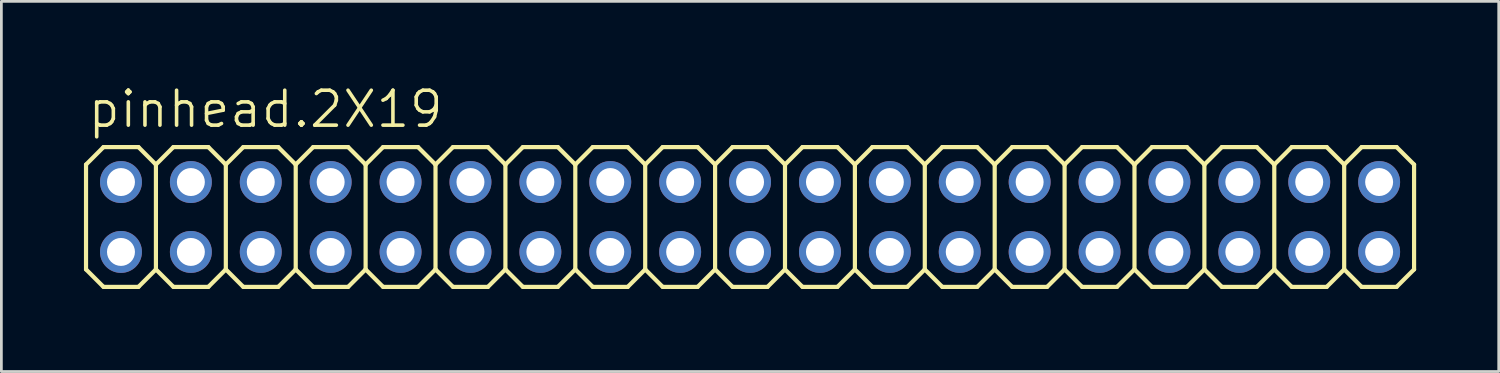
<source format=kicad_pcb>
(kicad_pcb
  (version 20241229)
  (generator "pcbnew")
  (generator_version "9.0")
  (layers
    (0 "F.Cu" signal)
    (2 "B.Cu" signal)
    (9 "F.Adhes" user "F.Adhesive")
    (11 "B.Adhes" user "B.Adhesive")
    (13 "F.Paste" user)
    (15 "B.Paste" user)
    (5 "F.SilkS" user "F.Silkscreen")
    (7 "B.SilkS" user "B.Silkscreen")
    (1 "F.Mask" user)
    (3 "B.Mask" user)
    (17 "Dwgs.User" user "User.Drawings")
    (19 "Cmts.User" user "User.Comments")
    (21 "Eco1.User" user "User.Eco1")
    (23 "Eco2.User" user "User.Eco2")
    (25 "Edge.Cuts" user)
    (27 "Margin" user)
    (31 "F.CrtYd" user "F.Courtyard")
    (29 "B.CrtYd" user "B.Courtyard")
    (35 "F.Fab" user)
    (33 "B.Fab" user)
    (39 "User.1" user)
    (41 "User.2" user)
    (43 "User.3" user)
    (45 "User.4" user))
  (footprint "pinhead.2X19"
    (layer "F.Cu")
    (at 24.206 4.835)
    (property "Reference" "pinhead.2X19" (at -24.13 -3.175 0) (layer "F.SilkS") (effects (font (size 1.27 1.27) (thickness 0.13)) (justify left bottom)))
    (attr through_hole)
    (fp_line (start -24.13 -1.905) (end -23.495 -2.54) (stroke (width 0.152) (type default)) (layer "F.SilkS"))
    (fp_line (start -24.13 1.905) (end -24.13 -1.905) (stroke (width 0.152) (type default)) (layer "F.SilkS"))
    (fp_line (start -24.13 1.905) (end -23.495 2.54) (stroke (width 0.152) (type default)) (layer "F.SilkS"))
    (fp_line (start -23.495 -2.54) (end -22.225 -2.54) (stroke (width 0.152) (type default)) (layer "F.SilkS"))
    (fp_line (start -23.495 2.54) (end -22.225 2.54) (stroke (width 0.152) (type default)) (layer "F.SilkS"))
    (fp_line (start -22.225 -2.54) (end -21.59 -1.905) (stroke (width 0.152) (type default)) (layer "F.SilkS"))
    (fp_line (start -22.225 2.54) (end -21.59 1.905) (stroke (width 0.152) (type default)) (layer "F.SilkS"))
    (fp_line (start -21.59 -1.905) (end -21.59 1.905) (stroke (width 0.152) (type default)) (layer "F.SilkS"))
    (fp_line (start -21.59 -1.905) (end -20.955 -2.54) (stroke (width 0.152) (type default)) (layer "F.SilkS"))
    (fp_line (start -21.59 1.905) (end -20.955 2.54) (stroke (width 0.152) (type default)) (layer "F.SilkS"))
    (fp_line (start -20.955 -2.54) (end -19.685 -2.54) (stroke (width 0.152) (type default)) (layer "F.SilkS"))
    (fp_line (start -20.955 2.54) (end -19.685 2.54) (stroke (width 0.152) (type default)) (layer "F.SilkS"))
    (fp_line (start -19.685 -2.54) (end -19.05 -1.905) (stroke (width 0.152) (type default)) (layer "F.SilkS"))
    (fp_line (start -19.685 2.54) (end -19.05 1.905) (stroke (width 0.152) (type default)) (layer "F.SilkS"))
    (fp_line (start -19.05 -1.905) (end -19.05 1.905) (stroke (width 0.152) (type default)) (layer "F.SilkS"))
    (fp_line (start -19.05 -1.905) (end -18.415 -2.54) (stroke (width 0.152) (type default)) (layer "F.SilkS"))
    (fp_line (start -19.05 1.905) (end -18.415 2.54) (stroke (width 0.152) (type default)) (layer "F.SilkS"))
    (fp_line (start -18.415 -2.54) (end -17.145 -2.54) (stroke (width 0.152) (type default)) (layer "F.SilkS"))
    (fp_line (start -18.415 2.54) (end -17.145 2.54) (stroke (width 0.152) (type default)) (layer "F.SilkS"))
    (fp_line (start -17.145 -2.54) (end -16.51 -1.905) (stroke (width 0.152) (type default)) (layer "F.SilkS"))
    (fp_line (start -17.145 2.54) (end -16.51 1.905) (stroke (width 0.152) (type default)) (layer "F.SilkS"))
    (fp_line (start -16.51 -1.905) (end -16.51 1.905) (stroke (width 0.152) (type default)) (layer "F.SilkS"))
    (fp_line (start -16.51 -1.905) (end -15.875 -2.54) (stroke (width 0.152) (type default)) (layer "F.SilkS"))
    (fp_line (start -16.51 1.905) (end -15.875 2.54) (stroke (width 0.152) (type default)) (layer "F.SilkS"))
    (fp_line (start -15.875 -2.54) (end -14.605 -2.54) (stroke (width 0.152) (type default)) (layer "F.SilkS"))
    (fp_line (start -15.875 2.54) (end -14.605 2.54) (stroke (width 0.152) (type default)) (layer "F.SilkS"))
    (fp_line (start -14.605 -2.54) (end -13.97 -1.905) (stroke (width 0.152) (type default)) (layer "F.SilkS"))
    (fp_line (start -14.605 2.54) (end -13.97 1.905) (stroke (width 0.152) (type default)) (layer "F.SilkS"))
    (fp_line (start -13.97 -1.905) (end -13.97 1.905) (stroke (width 0.152) (type default)) (layer "F.SilkS"))
    (fp_line (start -13.97 -1.905) (end -13.335 -2.54) (stroke (width 0.152) (type default)) (layer "F.SilkS"))
    (fp_line (start -13.97 1.905) (end -13.335 2.54) (stroke (width 0.152) (type default)) (layer "F.SilkS"))
    (fp_line (start -13.335 -2.54) (end -12.065 -2.54) (stroke (width 0.152) (type default)) (layer "F.SilkS"))
    (fp_line (start -13.335 2.54) (end -12.065 2.54) (stroke (width 0.152) (type default)) (layer "F.SilkS"))
    (fp_line (start -12.065 -2.54) (end -11.43 -1.905) (stroke (width 0.152) (type default)) (layer "F.SilkS"))
    (fp_line (start -12.065 2.54) (end -11.43 1.905) (stroke (width 0.152) (type default)) (layer "F.SilkS"))
    (fp_line (start -11.43 -1.905) (end -11.43 1.905) (stroke (width 0.152) (type default)) (layer "F.SilkS"))
    (fp_line (start -11.43 -1.905) (end -10.795 -2.54) (stroke (width 0.152) (type default)) (layer "F.SilkS"))
    (fp_line (start -11.43 1.905) (end -10.795 2.54) (stroke (width 0.152) (type default)) (layer "F.SilkS"))
    (fp_line (start -10.795 -2.54) (end -9.525 -2.54) (stroke (width 0.152) (type default)) (layer "F.SilkS"))
    (fp_line (start -10.795 2.54) (end -9.525 2.54) (stroke (width 0.152) (type default)) (layer "F.SilkS"))
    (fp_line (start -9.525 -2.54) (end -8.89 -1.905) (stroke (width 0.152) (type default)) (layer "F.SilkS"))
    (fp_line (start -9.525 2.54) (end -8.89 1.905) (stroke (width 0.152) (type default)) (layer "F.SilkS"))
    (fp_line (start -8.89 -1.905) (end -8.89 1.905) (stroke (width 0.152) (type default)) (layer "F.SilkS"))
    (fp_line (start -8.89 -1.905) (end -8.255 -2.54) (stroke (width 0.152) (type default)) (layer "F.SilkS"))
    (fp_line (start -8.89 1.905) (end -8.255 2.54) (stroke (width 0.152) (type default)) (layer "F.SilkS"))
    (fp_line (start -8.255 -2.54) (end -6.985 -2.54) (stroke (width 0.152) (type default)) (layer "F.SilkS"))
    (fp_line (start -6.985 -2.54) (end -6.35 -1.905) (stroke (width 0.152) (type default)) (layer "F.SilkS"))
    (fp_line (start -6.985 2.54) (end -8.255 2.54) (stroke (width 0.152) (type default)) (layer "F.SilkS"))
    (fp_line (start -6.35 -1.905) (end -6.35 1.905) (stroke (width 0.152) (type default)) (layer "F.SilkS"))
    (fp_line (start -6.35 -1.905) (end -5.715 -2.54) (stroke (width 0.152) (type default)) (layer "F.SilkS"))
    (fp_line (start -6.35 1.905) (end -6.985 2.54) (stroke (width 0.152) (type default)) (layer "F.SilkS"))
    (fp_line (start -6.35 1.905) (end -5.715 2.54) (stroke (width 0.152) (type default)) (layer "F.SilkS"))
    (fp_line (start -5.715 -2.54) (end -4.445 -2.54) (stroke (width 0.152) (type default)) (layer "F.SilkS"))
    (fp_line (start -4.445 -2.54) (end -3.81 -1.905) (stroke (width 0.152) (type default)) (layer "F.SilkS"))
    (fp_line (start -4.445 2.54) (end -5.715 2.54) (stroke (width 0.152) (type default)) (layer "F.SilkS"))
    (fp_line (start -3.81 -1.905) (end -3.81 1.905) (stroke (width 0.152) (type default)) (layer "F.SilkS"))
    (fp_line (start -3.81 -1.905) (end -3.175 -2.54) (stroke (width 0.152) (type default)) (layer "F.SilkS"))
    (fp_line (start -3.81 1.905) (end -4.445 2.54) (stroke (width 0.152) (type default)) (layer "F.SilkS"))
    (fp_line (start -3.81 1.905) (end -3.175 2.54) (stroke (width 0.152) (type default)) (layer "F.SilkS"))
    (fp_line (start -3.175 -2.54) (end -1.905 -2.54) (stroke (width 0.152) (type default)) (layer "F.SilkS"))
    (fp_line (start -1.905 -2.54) (end -1.27 -1.905) (stroke (width 0.152) (type default)) (layer "F.SilkS"))
    (fp_line (start -1.905 2.54) (end -3.175 2.54) (stroke (width 0.152) (type default)) (layer "F.SilkS"))
    (fp_line (start -1.27 -1.905) (end -1.27 1.905) (stroke (width 0.152) (type default)) (layer "F.SilkS"))
    (fp_line (start -1.27 -1.905) (end -0.635 -2.54) (stroke (width 0.152) (type default)) (layer "F.SilkS"))
    (fp_line (start -1.27 1.905) (end -1.905 2.54) (stroke (width 0.152) (type default)) (layer "F.SilkS"))
    (fp_line (start -1.27 1.905) (end -0.635 2.54) (stroke (width 0.152) (type default)) (layer "F.SilkS"))
    (fp_line (start -0.635 -2.54) (end 0.635 -2.54) (stroke (width 0.152) (type default)) (layer "F.SilkS"))
    (fp_line (start 0.635 -2.54) (end 1.27 -1.905) (stroke (width 0.152) (type default)) (layer "F.SilkS"))
    (fp_line (start 0.635 2.54) (end -0.635 2.54) (stroke (width 0.152) (type default)) (layer "F.SilkS"))
    (fp_line (start 1.27 -1.905) (end 1.27 1.905) (stroke (width 0.152) (type default)) (layer "F.SilkS"))
    (fp_line (start 1.27 -1.905) (end 1.905 -2.54) (stroke (width 0.152) (type default)) (layer "F.SilkS"))
    (fp_line (start 1.27 1.905) (end 0.635 2.54) (stroke (width 0.152) (type default)) (layer "F.SilkS"))
    (fp_line (start 1.27 1.905) (end 1.905 2.54) (stroke (width 0.152) (type default)) (layer "F.SilkS"))
    (fp_line (start 1.905 -2.54) (end 3.175 -2.54) (stroke (width 0.152) (type default)) (layer "F.SilkS"))
    (fp_line (start 3.175 -2.54) (end 3.81 -1.905) (stroke (width 0.152) (type default)) (layer "F.SilkS"))
    (fp_line (start 3.175 2.54) (end 1.905 2.54) (stroke (width 0.152) (type default)) (layer "F.SilkS"))
    (fp_line (start 3.81 -1.905) (end 3.81 1.905) (stroke (width 0.152) (type default)) (layer "F.SilkS"))
    (fp_line (start 3.81 -1.905) (end 4.445 -2.54) (stroke (width 0.152) (type default)) (layer "F.SilkS"))
    (fp_line (start 3.81 1.905) (end 3.175 2.54) (stroke (width 0.152) (type default)) (layer "F.SilkS"))
    (fp_line (start 3.81 1.905) (end 4.445 2.54) (stroke (width 0.152) (type default)) (layer "F.SilkS"))
    (fp_line (start 4.445 -2.54) (end 5.715 -2.54) (stroke (width 0.152) (type default)) (layer "F.SilkS"))
    (fp_line (start 5.715 2.54) (end 4.445 2.54) (stroke (width 0.152) (type default)) (layer "F.SilkS"))
    (fp_line (start 6.35 -1.905) (end 5.715 -2.54) (stroke (width 0.152) (type default)) (layer "F.SilkS"))
    (fp_line (start 6.35 -1.905) (end 6.35 1.905) (stroke (width 0.152) (type default)) (layer "F.SilkS"))
    (fp_line (start 6.35 -1.905) (end 6.985 -2.54) (stroke (width 0.152) (type default)) (layer "F.SilkS"))
    (fp_line (start 6.35 1.905) (end 5.715 2.54) (stroke (width 0.152) (type default)) (layer "F.SilkS"))
    (fp_line (start 6.35 1.905) (end 6.985 2.54) (stroke (width 0.152) (type default)) (layer "F.SilkS"))
    (fp_line (start 8.255 -2.54) (end 6.985 -2.54) (stroke (width 0.152) (type default)) (layer "F.SilkS"))
    (fp_line (start 8.255 -2.54) (end 8.89 -1.905) (stroke (width 0.152) (type default)) (layer "F.SilkS"))
    (fp_line (start 8.255 2.54) (end 6.985 2.54) (stroke (width 0.152) (type default)) (layer "F.SilkS"))
    (fp_line (start 8.89 -1.905) (end 8.89 1.905) (stroke (width 0.152) (type default)) (layer "F.SilkS"))
    (fp_line (start 8.89 -1.905) (end 9.525 -2.54) (stroke (width 0.152) (type default)) (layer "F.SilkS"))
    (fp_line (start 8.89 1.905) (end 8.255 2.54) (stroke (width 0.152) (type default)) (layer "F.SilkS"))
    (fp_line (start 8.89 1.905) (end 9.525 2.54) (stroke (width 0.152) (type default)) (layer "F.SilkS"))
    (fp_line (start 10.795 -2.54) (end 9.525 -2.54) (stroke (width 0.152) (type default)) (layer "F.SilkS"))
    (fp_line (start 10.795 -2.54) (end 11.43 -1.905) (stroke (width 0.152) (type default)) (layer "F.SilkS"))
    (fp_line (start 10.795 2.54) (end 9.525 2.54) (stroke (width 0.152) (type default)) (layer "F.SilkS"))
    (fp_line (start 11.43 -1.905) (end 11.43 1.905) (stroke (width 0.152) (type default)) (layer "F.SilkS"))
    (fp_line (start 11.43 -1.905) (end 12.065 -2.54) (stroke (width 0.152) (type default)) (layer "F.SilkS"))
    (fp_line (start 11.43 1.905) (end 10.795 2.54) (stroke (width 0.152) (type default)) (layer "F.SilkS"))
    (fp_line (start 12.065 2.54) (end 11.43 1.905) (stroke (width 0.152) (type default)) (layer "F.SilkS"))
    (fp_line (start 12.065 2.54) (end 13.335 2.54) (stroke (width 0.152) (type default)) (layer "F.SilkS"))
    (fp_line (start 13.335 -2.54) (end 12.065 -2.54) (stroke (width 0.152) (type default)) (layer "F.SilkS"))
    (fp_line (start 13.335 -2.54) (end 13.97 -1.905) (stroke (width 0.152) (type default)) (layer "F.SilkS"))
    (fp_line (start 13.97 -1.905) (end 13.97 1.905) (stroke (width 0.152) (type default)) (layer "F.SilkS"))
    (fp_line (start 13.97 -1.905) (end 14.605 -2.54) (stroke (width 0.152) (type default)) (layer "F.SilkS"))
    (fp_line (start 13.97 1.905) (end 13.335 2.54) (stroke (width 0.152) (type default)) (layer "F.SilkS"))
    (fp_line (start 14.605 2.54) (end 13.97 1.905) (stroke (width 0.152) (type default)) (layer "F.SilkS"))
    (fp_line (start 14.605 2.54) (end 15.875 2.54) (stroke (width 0.152) (type default)) (layer "F.SilkS"))
    (fp_line (start 15.875 -2.54) (end 14.605 -2.54) (stroke (width 0.152) (type default)) (layer "F.SilkS"))
    (fp_line (start 15.875 -2.54) (end 16.51 -1.905) (stroke (width 0.152) (type default)) (layer "F.SilkS"))
    (fp_line (start 16.51 -1.905) (end 16.51 1.905) (stroke (width 0.152) (type default)) (layer "F.SilkS"))
    (fp_line (start 16.51 -1.905) (end 17.145 -2.54) (stroke (width 0.152) (type default)) (layer "F.SilkS"))
    (fp_line (start 16.51 1.905) (end 15.875 2.54) (stroke (width 0.152) (type default)) (layer "F.SilkS"))
    (fp_line (start 16.51 1.905) (end 17.145 2.54) (stroke (width 0.152) (type default)) (layer "F.SilkS"))
    (fp_line (start 18.415 -2.54) (end 17.145 -2.54) (stroke (width 0.152) (type default)) (layer "F.SilkS"))
    (fp_line (start 18.415 -2.54) (end 19.05 -1.905) (stroke (width 0.152) (type default)) (layer "F.SilkS"))
    (fp_line (start 18.415 2.54) (end 17.145 2.54) (stroke (width 0.152) (type default)) (layer "F.SilkS"))
    (fp_line (start 19.05 -1.905) (end 19.05 1.905) (stroke (width 0.152) (type default)) (layer "F.SilkS"))
    (fp_line (start 19.05 -1.905) (end 19.685 -2.54) (stroke (width 0.152) (type default)) (layer "F.SilkS"))
    (fp_line (start 19.05 1.905) (end 18.415 2.54) (stroke (width 0.152) (type default)) (layer "F.SilkS"))
    (fp_line (start 19.05 1.905) (end 19.685 2.54) (stroke (width 0.152) (type default)) (layer "F.SilkS"))
    (fp_line (start 20.955 -2.54) (end 19.685 -2.54) (stroke (width 0.152) (type default)) (layer "F.SilkS"))
    (fp_line (start 20.955 -2.54) (end 21.59 -1.905) (stroke (width 0.152) (type default)) (layer "F.SilkS"))
    (fp_line (start 20.955 2.54) (end 19.685 2.54) (stroke (width 0.152) (type default)) (layer "F.SilkS"))
    (fp_line (start 21.59 -1.905) (end 21.59 1.905) (stroke (width 0.152) (type default)) (layer "F.SilkS"))
    (fp_line (start 21.59 -1.905) (end 22.225 -2.54) (stroke (width 0.152) (type default)) (layer "F.SilkS"))
    (fp_line (start 21.59 1.905) (end 20.955 2.54) (stroke (width 0.152) (type default)) (layer "F.SilkS"))
    (fp_line (start 21.59 1.905) (end 22.225 2.54) (stroke (width 0.152) (type default)) (layer "F.SilkS"))
    (fp_line (start 23.495 -2.54) (end 22.225 -2.54) (stroke (width 0.152) (type default)) (layer "F.SilkS"))
    (fp_line (start 23.495 -2.54) (end 24.13 -1.905) (stroke (width 0.152) (type default)) (layer "F.SilkS"))
    (fp_line (start 23.495 2.54) (end 22.225 2.54) (stroke (width 0.152) (type default)) (layer "F.SilkS"))
    (fp_line (start 24.13 -1.905) (end 24.13 1.905) (stroke (width 0.152) (type default)) (layer "F.SilkS"))
    (fp_line (start 24.13 1.905) (end 23.495 2.54) (stroke (width 0.152) (type default)) (layer "F.SilkS"))
    (fp_rect (start -23.114 -1.016) (end -22.606 -1.524) (stroke (width 0.05) (type default)) (fill no) (layer "F.Fab"))
    (fp_rect (start -23.114 1.524) (end -22.606 1.016) (stroke (width 0.05) (type default)) (fill no) (layer "F.Fab"))
    (fp_rect (start -20.574 -1.016) (end -20.066 -1.524) (stroke (width 0.05) (type default)) (fill no) (layer "F.Fab"))
    (fp_rect (start -20.574 1.524) (end -20.066 1.016) (stroke (width 0.05) (type default)) (fill no) (layer "F.Fab"))
    (fp_rect (start -18.034 -1.016) (end -17.526 -1.524) (stroke (width 0.05) (type default)) (fill no) (layer "F.Fab"))
    (fp_rect (start -18.034 1.524) (end -17.526 1.016) (stroke (width 0.05) (type default)) (fill no) (layer "F.Fab"))
    (fp_rect (start -15.494 -1.016) (end -14.986 -1.524) (stroke (width 0.05) (type default)) (fill no) (layer "F.Fab"))
    (fp_rect (start -15.494 1.524) (end -14.986 1.016) (stroke (width 0.05) (type default)) (fill no) (layer "F.Fab"))
    (fp_rect (start -12.954 -1.016) (end -12.446 -1.524) (stroke (width 0.05) (type default)) (fill no) (layer "F.Fab"))
    (fp_rect (start -12.954 1.524) (end -12.446 1.016) (stroke (width 0.05) (type default)) (fill no) (layer "F.Fab"))
    (fp_rect (start -10.414 -1.016) (end -9.906 -1.524) (stroke (width 0.05) (type default)) (fill no) (layer "F.Fab"))
    (fp_rect (start -10.414 1.524) (end -9.906 1.016) (stroke (width 0.05) (type default)) (fill no) (layer "F.Fab"))
    (fp_rect (start -7.874 -1.016) (end -7.366 -1.524) (stroke (width 0.05) (type default)) (fill no) (layer "F.Fab"))
    (fp_rect (start -7.874 1.524) (end -7.366 1.016) (stroke (width 0.05) (type default)) (fill no) (layer "F.Fab"))
    (fp_rect (start -5.334 -1.016) (end -4.826 -1.524) (stroke (width 0.05) (type default)) (fill no) (layer "F.Fab"))
    (fp_rect (start -5.334 1.524) (end -4.826 1.016) (stroke (width 0.05) (type default)) (fill no) (layer "F.Fab"))
    (fp_rect (start -2.794 -1.016) (end -2.286 -1.524) (stroke (width 0.05) (type default)) (fill no) (layer "F.Fab"))
    (fp_rect (start -2.794 1.524) (end -2.286 1.016) (stroke (width 0.05) (type default)) (fill no) (layer "F.Fab"))
    (fp_rect (start -0.254 -1.016) (end 0.254 -1.524) (stroke (width 0.05) (type default)) (fill no) (layer "F.Fab"))
    (fp_rect (start -0.254 1.524) (end 0.254 1.016) (stroke (width 0.05) (type default)) (fill no) (layer "F.Fab"))
    (fp_rect (start 2.286 -1.016) (end 2.794 -1.524) (stroke (width 0.05) (type default)) (fill no) (layer "F.Fab"))
    (fp_rect (start 2.286 1.524) (end 2.794 1.016) (stroke (width 0.05) (type default)) (fill no) (layer "F.Fab"))
    (fp_rect (start 4.826 -1.016) (end 5.334 -1.524) (stroke (width 0.05) (type default)) (fill no) (layer "F.Fab"))
    (fp_rect (start 4.826 1.524) (end 5.334 1.016) (stroke (width 0.05) (type default)) (fill no) (layer "F.Fab"))
    (fp_rect (start 7.366 -1.016) (end 7.874 -1.524) (stroke (width 0.05) (type default)) (fill no) (layer "F.Fab"))
    (fp_rect (start 7.366 1.524) (end 7.874 1.016) (stroke (width 0.05) (type default)) (fill no) (layer "F.Fab"))
    (fp_rect (start 9.906 -1.016) (end 10.414 -1.524) (stroke (width 0.05) (type default)) (fill no) (layer "F.Fab"))
    (fp_rect (start 9.906 1.524) (end 10.414 1.016) (stroke (width 0.05) (type default)) (fill no) (layer "F.Fab"))
    (fp_rect (start 12.446 -1.016) (end 12.954 -1.524) (stroke (width 0.05) (type default)) (fill no) (layer "F.Fab"))
    (fp_rect (start 12.446 1.524) (end 12.954 1.016) (stroke (width 0.05) (type default)) (fill no) (layer "F.Fab"))
    (fp_rect (start 14.986 -1.016) (end 15.494 -1.524) (stroke (width 0.05) (type default)) (fill no) (layer "F.Fab"))
    (fp_rect (start 14.986 1.524) (end 15.494 1.016) (stroke (width 0.05) (type default)) (fill no) (layer "F.Fab"))
    (fp_rect (start 17.526 -1.016) (end 18.034 -1.524) (stroke (width 0.05) (type default)) (fill no) (layer "F.Fab"))
    (fp_rect (start 17.526 1.524) (end 18.034 1.016) (stroke (width 0.05) (type default)) (fill no) (layer "F.Fab"))
    (fp_rect (start 20.066 -1.016) (end 20.574 -1.524) (stroke (width 0.05) (type default)) (fill no) (layer "F.Fab"))
    (fp_rect (start 20.066 1.524) (end 20.574 1.016) (stroke (width 0.05) (type default)) (fill no) (layer "F.Fab"))
    (fp_rect (start 22.606 -1.016) (end 23.114 -1.524) (stroke (width 0.05) (type default)) (fill no) (layer "F.Fab"))
    (fp_rect (start 22.606 1.524) (end 23.114 1.016) (stroke (width 0.05) (type default)) (fill no) (layer "F.Fab"))
    (pad "1" thru_hole circle (at -22.86 1.27) (size 1.524 1.524) (drill 1.016) (layers "*.Cu" "*.Mask"))
    (pad "2" thru_hole circle (at -22.86 -1.27) (size 1.524 1.524) (drill 1.016) (layers "*.Cu" "*.Mask"))
    (pad "3" thru_hole circle (at -20.32 1.27) (size 1.524 1.524) (drill 1.016) (layers "*.Cu" "*.Mask"))
    (pad "4" thru_hole circle (at -20.32 -1.27) (size 1.524 1.524) (drill 1.016) (layers "*.Cu" "*.Mask"))
    (pad "5" thru_hole circle (at -17.78 1.27) (size 1.524 1.524) (drill 1.016) (layers "*.Cu" "*.Mask"))
    (pad "6" thru_hole circle (at -17.78 -1.27) (size 1.524 1.524) (drill 1.016) (layers "*.Cu" "*.Mask"))
    (pad "7" thru_hole circle (at -15.24 1.27) (size 1.524 1.524) (drill 1.016) (layers "*.Cu" "*.Mask"))
    (pad "8" thru_hole circle (at -15.24 -1.27) (size 1.524 1.524) (drill 1.016) (layers "*.Cu" "*.Mask"))
    (pad "9" thru_hole circle (at -12.7 1.27) (size 1.524 1.524) (drill 1.016) (layers "*.Cu" "*.Mask"))
    (pad "10" thru_hole circle (at -12.7 -1.27) (size 1.524 1.524) (drill 1.016) (layers "*.Cu" "*.Mask"))
    (pad "11" thru_hole circle (at -10.16 1.27) (size 1.524 1.524) (drill 1.016) (layers "*.Cu" "*.Mask"))
    (pad "12" thru_hole circle (at -10.16 -1.27) (size 1.524 1.524) (drill 1.016) (layers "*.Cu" "*.Mask"))
    (pad "13" thru_hole circle (at -7.62 1.27) (size 1.524 1.524) (drill 1.016) (layers "*.Cu" "*.Mask"))
    (pad "14" thru_hole circle (at -7.62 -1.27) (size 1.524 1.524) (drill 1.016) (layers "*.Cu" "*.Mask"))
    (pad "15" thru_hole circle (at -5.08 1.27) (size 1.524 1.524) (drill 1.016) (layers "*.Cu" "*.Mask"))
    (pad "16" thru_hole circle (at -5.08 -1.27) (size 1.524 1.524) (drill 1.016) (layers "*.Cu" "*.Mask"))
    (pad "17" thru_hole circle (at -2.54 1.27) (size 1.524 1.524) (drill 1.016) (layers "*.Cu" "*.Mask"))
    (pad "18" thru_hole circle (at -2.54 -1.27) (size 1.524 1.524) (drill 1.016) (layers "*.Cu" "*.Mask"))
    (pad "19" thru_hole circle (at 0 1.27) (size 1.524 1.524) (drill 1.016) (layers "*.Cu" "*.Mask"))
    (pad "20" thru_hole circle (at 0 -1.27) (size 1.524 1.524) (drill 1.016) (layers "*.Cu" "*.Mask"))
    (pad "21" thru_hole circle (at 2.54 1.27) (size 1.524 1.524) (drill 1.016) (layers "*.Cu" "*.Mask"))
    (pad "22" thru_hole circle (at 2.54 -1.27) (size 1.524 1.524) (drill 1.016) (layers "*.Cu" "*.Mask"))
    (pad "23" thru_hole circle (at 5.08 1.27) (size 1.524 1.524) (drill 1.016) (layers "*.Cu" "*.Mask"))
    (pad "24" thru_hole circle (at 5.08 -1.27) (size 1.524 1.524) (drill 1.016) (layers "*.Cu" "*.Mask"))
    (pad "25" thru_hole circle (at 7.62 1.27) (size 1.524 1.524) (drill 1.016) (layers "*.Cu" "*.Mask"))
    (pad "26" thru_hole circle (at 7.62 -1.27) (size 1.524 1.524) (drill 1.016) (layers "*.Cu" "*.Mask"))
    (pad "27" thru_hole circle (at 10.16 1.27) (size 1.524 1.524) (drill 1.016) (layers "*.Cu" "*.Mask"))
    (pad "28" thru_hole circle (at 10.16 -1.27) (size 1.524 1.524) (drill 1.016) (layers "*.Cu" "*.Mask"))
    (pad "29" thru_hole circle (at 12.7 1.27) (size 1.524 1.524) (drill 1.016) (layers "*.Cu" "*.Mask"))
    (pad "30" thru_hole circle (at 12.7 -1.27) (size 1.524 1.524) (drill 1.016) (layers "*.Cu" "*.Mask"))
    (pad "31" thru_hole circle (at 15.24 1.27) (size 1.524 1.524) (drill 1.016) (layers "*.Cu" "*.Mask"))
    (pad "32" thru_hole circle (at 15.24 -1.27) (size 1.524 1.524) (drill 1.016) (layers "*.Cu" "*.Mask"))
    (pad "33" thru_hole circle (at 17.78 1.27) (size 1.524 1.524) (drill 1.016) (layers "*.Cu" "*.Mask"))
    (pad "34" thru_hole circle (at 17.78 -1.27) (size 1.524 1.524) (drill 1.016) (layers "*.Cu" "*.Mask"))
    (pad "35" thru_hole circle (at 20.32 1.27) (size 1.524 1.524) (drill 1.016) (layers "*.Cu" "*.Mask"))
    (pad "36" thru_hole circle (at 20.32 -1.27) (size 1.524 1.524) (drill 1.016) (layers "*.Cu" "*.Mask"))
    (pad "37" thru_hole circle (at 22.86 1.27) (size 1.524 1.524) (drill 1.016) (layers "*.Cu" "*.Mask"))
    (pad "38" thru_hole circle (at 22.86 -1.27) (size 1.524 1.524) (drill 1.016) (layers "*.Cu" "*.Mask")))
  (gr_rect
    (start -3 -3)
    (end 51.412 10.451)
    (stroke (width 0.1) (type default))
    (fill no)
    (layer "Edge.Cuts")))
</source>
